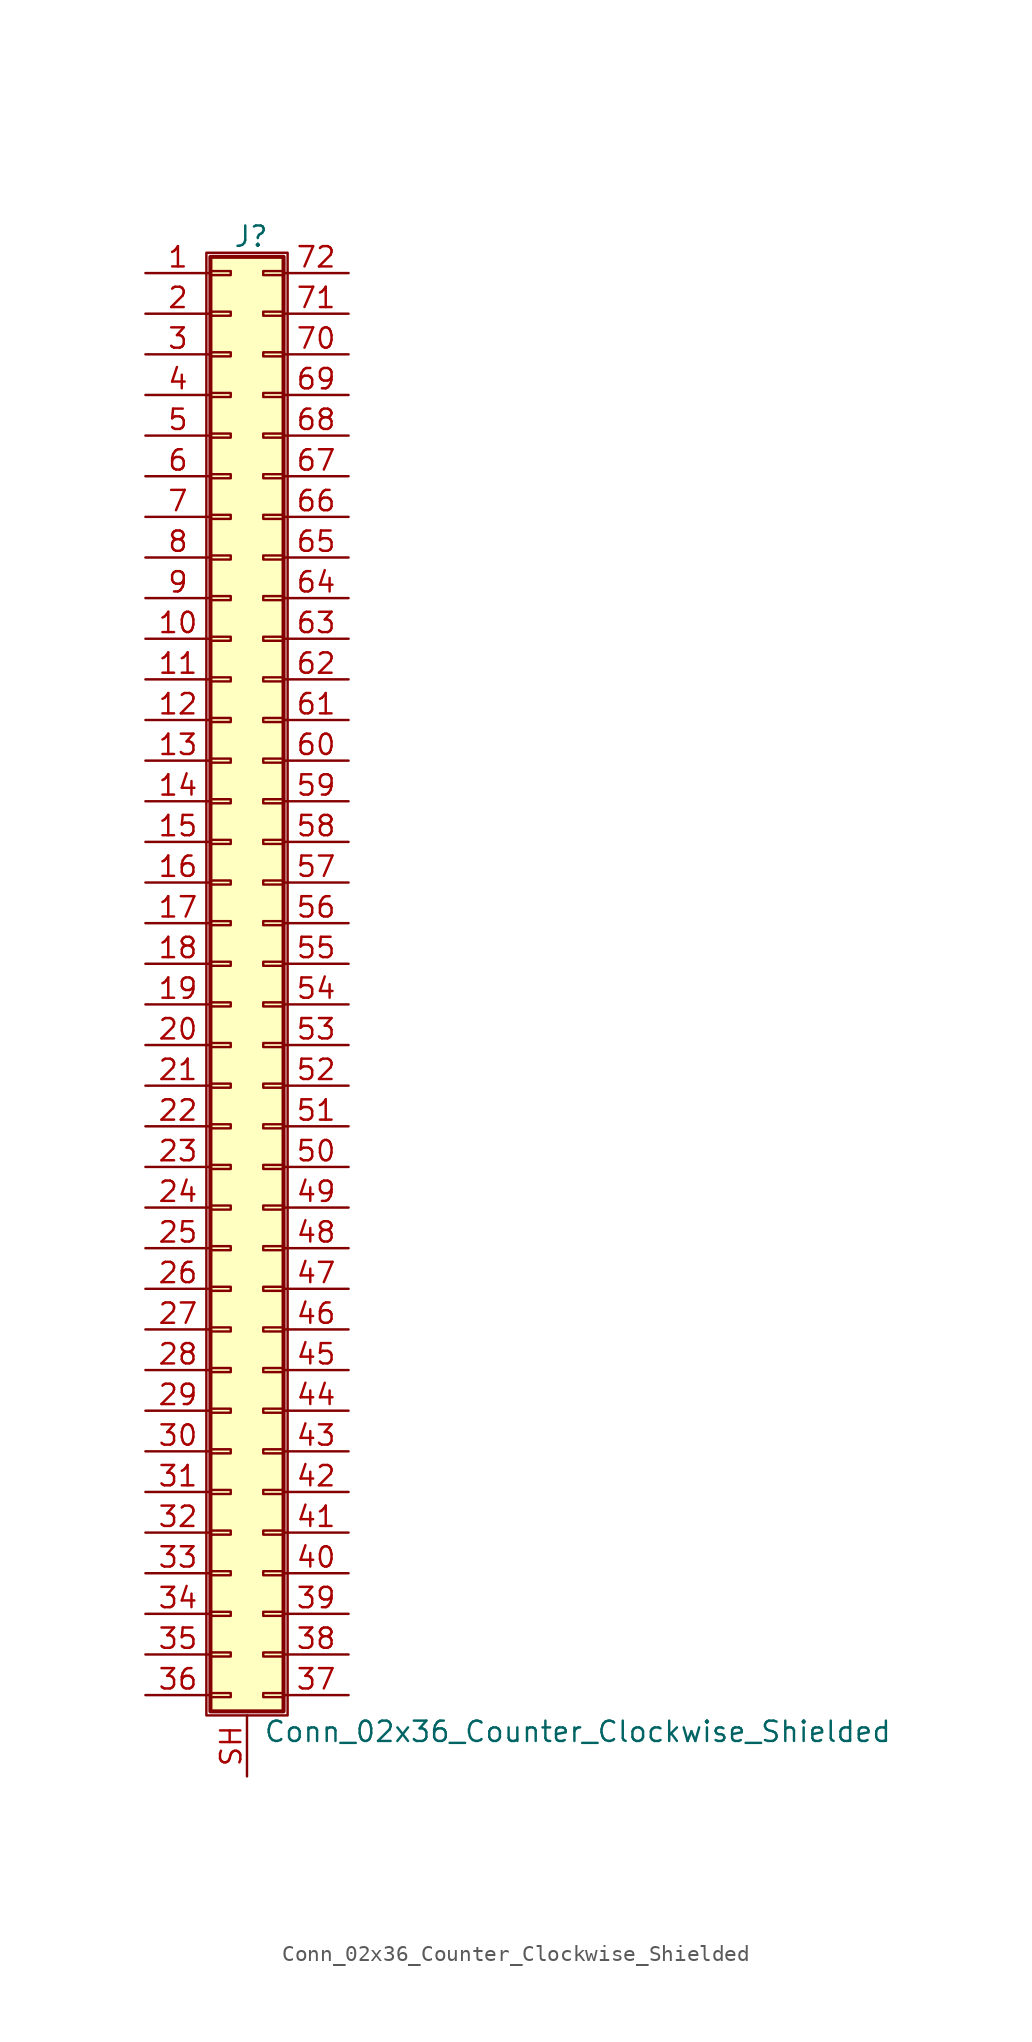
<source format=kicad_sym>
(kicad_symbol_lib
  (version 20201005)
  (generator kicad_symbol_editor)
  (symbol "Conn_02x36_Counter_Clockwise_Shielded"
    (pin_names
      (offset 1.016) hide)
    (property "Reference" "J"
      (at 1.524 45.466 0)
      (effects (font (size 1.27 1.27))))
    (property "Value" "Conn_02x36_Counter_Clockwise_Shielded"
      (at 2.286 -48.006 0)
      (effects (font (size 1.27 1.27)) (justify left)))
    (symbol "Conn_02x36_Counter_Clockwise_Shielded_1_1"
      (rectangle (start -1.27 44.45) (end 3.81 -46.99) (stroke (width 0.152)) (fill (type none)))
      (rectangle (start -1.016 -45.593) (end 0.254 -45.847) (stroke (width 0.152)) (fill (type none)))
      (rectangle (start -1.016 -43.053) (end 0.254 -43.307) (stroke (width 0.152)) (fill (type none)))
      (rectangle (start -1.016 -40.513) (end 0.254 -40.767) (stroke (width 0.152)) (fill (type none)))
      (rectangle (start -1.016 -37.973) (end 0.254 -38.227) (stroke (width 0.152)) (fill (type none)))
      (rectangle (start -1.016 -35.433) (end 0.254 -35.687) (stroke (width 0.152)) (fill (type none)))
      (rectangle (start -1.016 -32.893) (end 0.254 -33.147) (stroke (width 0.152)) (fill (type none)))
      (rectangle (start -1.016 -30.353) (end 0.254 -30.607) (stroke (width 0.152)) (fill (type none)))
      (rectangle (start -1.016 -27.813) (end 0.254 -28.067) (stroke (width 0.152)) (fill (type none)))
      (rectangle (start -1.016 -25.273) (end 0.254 -25.527) (stroke (width 0.152)) (fill (type none)))
      (rectangle (start -1.016 -22.733) (end 0.254 -22.987) (stroke (width 0.152)) (fill (type none)))
      (rectangle (start -1.016 -20.193) (end 0.254 -20.447) (stroke (width 0.152)) (fill (type none)))
      (rectangle (start -1.016 -17.653) (end 0.254 -17.907) (stroke (width 0.152)) (fill (type none)))
      (rectangle (start -1.016 -15.113) (end 0.254 -15.367) (stroke (width 0.152)) (fill (type none)))
      (rectangle (start -1.016 -12.573) (end 0.254 -12.827) (stroke (width 0.152)) (fill (type none)))
      (rectangle (start -1.016 -10.033) (end 0.254 -10.287) (stroke (width 0.152)) (fill (type none)))
      (rectangle (start -1.016 -7.493) (end 0.254 -7.747) (stroke (width 0.152)) (fill (type none)))
      (rectangle (start -1.016 -4.953) (end 0.254 -5.207) (stroke (width 0.152)) (fill (type none)))
      (rectangle (start -1.016 -2.413) (end 0.254 -2.667) (stroke (width 0.152)) (fill (type none)))
      (rectangle (start -1.016 0.127) (end 0.254 -0.127) (stroke (width 0.152)) (fill (type none)))
      (rectangle (start -1.016 2.667) (end 0.254 2.413) (stroke (width 0.152)) (fill (type none)))
      (rectangle (start -1.016 5.207) (end 0.254 4.953) (stroke (width 0.152)) (fill (type none)))
      (rectangle (start -1.016 7.747) (end 0.254 7.493) (stroke (width 0.152)) (fill (type none)))
      (rectangle (start -1.016 10.287) (end 0.254 10.033) (stroke (width 0.152)) (fill (type none)))
      (rectangle (start -1.016 12.827) (end 0.254 12.573) (stroke (width 0.152)) (fill (type none)))
      (rectangle (start -1.016 15.367) (end 0.254 15.113) (stroke (width 0.152)) (fill (type none)))
      (rectangle (start -1.016 17.907) (end 0.254 17.653) (stroke (width 0.152)) (fill (type none)))
      (rectangle (start -1.016 20.447) (end 0.254 20.193) (stroke (width 0.152)) (fill (type none)))
      (rectangle (start -1.016 22.987) (end 0.254 22.733) (stroke (width 0.152)) (fill (type none)))
      (rectangle (start -1.016 25.527) (end 0.254 25.273) (stroke (width 0.152)) (fill (type none)))
      (rectangle (start -1.016 28.067) (end 0.254 27.813) (stroke (width 0.152)) (fill (type none)))
      (rectangle (start -1.016 30.607) (end 0.254 30.353) (stroke (width 0.152)) (fill (type none)))
      (rectangle (start -1.016 33.147) (end 0.254 32.893) (stroke (width 0.152)) (fill (type none)))
      (rectangle (start -1.016 35.687) (end 0.254 35.433) (stroke (width 0.152)) (fill (type none)))
      (rectangle (start -1.016 38.227) (end 0.254 37.973) (stroke (width 0.152)) (fill (type none)))
      (rectangle (start -1.016 40.767) (end 0.254 40.513) (stroke (width 0.152)) (fill (type none)))
      (rectangle (start -1.016 43.307) (end 0.254 43.053) (stroke (width 0.152)) (fill (type none)))
      (rectangle (start 3.556 -45.593) (end 2.286 -45.847) (stroke (width 0.152)) (fill (type none)))
      (rectangle (start 3.556 -43.053) (end 2.286 -43.307) (stroke (width 0.152)) (fill (type none)))
      (rectangle (start 3.556 -40.513) (end 2.286 -40.767) (stroke (width 0.152)) (fill (type none)))
      (rectangle (start 3.556 -37.973) (end 2.286 -38.227) (stroke (width 0.152)) (fill (type none)))
      (rectangle (start 3.556 -35.433) (end 2.286 -35.687) (stroke (width 0.152)) (fill (type none)))
      (rectangle (start 3.556 -32.893) (end 2.286 -33.147) (stroke (width 0.152)) (fill (type none)))
      (rectangle (start 3.556 -30.353) (end 2.286 -30.607) (stroke (width 0.152)) (fill (type none)))
      (rectangle (start 3.556 -27.813) (end 2.286 -28.067) (stroke (width 0.152)) (fill (type none)))
      (rectangle (start 3.556 -25.273) (end 2.286 -25.527) (stroke (width 0.152)) (fill (type none)))
      (rectangle (start 3.556 -22.733) (end 2.286 -22.987) (stroke (width 0.152)) (fill (type none)))
      (rectangle (start 3.556 -20.193) (end 2.286 -20.447) (stroke (width 0.152)) (fill (type none)))
      (rectangle (start 3.556 -17.653) (end 2.286 -17.907) (stroke (width 0.152)) (fill (type none)))
      (rectangle (start 3.556 -15.113) (end 2.286 -15.367) (stroke (width 0.152)) (fill (type none)))
      (rectangle (start 3.556 -12.573) (end 2.286 -12.827) (stroke (width 0.152)) (fill (type none)))
      (rectangle (start 3.556 -10.033) (end 2.286 -10.287) (stroke (width 0.152)) (fill (type none)))
      (rectangle (start 3.556 -7.493) (end 2.286 -7.747) (stroke (width 0.152)) (fill (type none)))
      (rectangle (start 3.556 -4.953) (end 2.286 -5.207) (stroke (width 0.152)) (fill (type none)))
      (rectangle (start 3.556 -2.413) (end 2.286 -2.667) (stroke (width 0.152)) (fill (type none)))
      (rectangle (start 3.556 0.127) (end 2.286 -0.127) (stroke (width 0.152)) (fill (type none)))
      (rectangle (start 3.556 2.667) (end 2.286 2.413) (stroke (width 0.152)) (fill (type none)))
      (rectangle (start 3.556 5.207) (end 2.286 4.953) (stroke (width 0.152)) (fill (type none)))
      (rectangle (start 3.556 7.747) (end 2.286 7.493) (stroke (width 0.152)) (fill (type none)))
      (rectangle (start 3.556 10.287) (end 2.286 10.033) (stroke (width 0.152)) (fill (type none)))
      (rectangle (start 3.556 12.827) (end 2.286 12.573) (stroke (width 0.152)) (fill (type none)))
      (rectangle (start 3.556 15.367) (end 2.286 15.113) (stroke (width 0.152)) (fill (type none)))
      (rectangle (start 3.556 17.907) (end 2.286 17.653) (stroke (width 0.152)) (fill (type none)))
      (rectangle (start 3.556 20.447) (end 2.286 20.193) (stroke (width 0.152)) (fill (type none)))
      (rectangle (start 3.556 22.987) (end 2.286 22.733) (stroke (width 0.152)) (fill (type none)))
      (rectangle (start 3.556 25.527) (end 2.286 25.273) (stroke (width 0.152)) (fill (type none)))
      (rectangle (start 3.556 28.067) (end 2.286 27.813) (stroke (width 0.152)) (fill (type none)))
      (rectangle (start 3.556 30.607) (end 2.286 30.353) (stroke (width 0.152)) (fill (type none)))
      (rectangle (start 3.556 33.147) (end 2.286 32.893) (stroke (width 0.152)) (fill (type none)))
      (rectangle (start 3.556 35.687) (end 2.286 35.433) (stroke (width 0.152)) (fill (type none)))
      (rectangle (start 3.556 38.227) (end 2.286 37.973) (stroke (width 0.152)) (fill (type none)))
      (rectangle (start 3.556 40.767) (end 2.286 40.513) (stroke (width 0.152)) (fill (type none)))
      (rectangle (start 3.556 43.307) (end 2.286 43.053) (stroke (width 0.152)) (fill (type none)))
      (rectangle (start -1.016 44.196) (end 3.556 -46.736) (stroke (width 0.254)) (fill (type background)))
      (pin passive line (at -5.08 43.18 0) (length 4.064) (name "Pin_1" (effects (font (size 1.27 1.27)))) (number "1" (effects (font (size 1.27 1.27)))))
      (pin passive line (at -5.08 20.32 0) (length 4.064) (name "Pin_10" (effects (font (size 1.27 1.27)))) (number "10" (effects (font (size 1.27 1.27)))))
      (pin passive line (at -5.08 17.78 0) (length 4.064) (name "Pin_11" (effects (font (size 1.27 1.27)))) (number "11" (effects (font (size 1.27 1.27)))))
      (pin passive line (at -5.08 15.24 0) (length 4.064) (name "Pin_12" (effects (font (size 1.27 1.27)))) (number "12" (effects (font (size 1.27 1.27)))))
      (pin passive line (at -5.08 12.7 0) (length 4.064) (name "Pin_13" (effects (font (size 1.27 1.27)))) (number "13" (effects (font (size 1.27 1.27)))))
      (pin passive line (at -5.08 10.16 0) (length 4.064) (name "Pin_14" (effects (font (size 1.27 1.27)))) (number "14" (effects (font (size 1.27 1.27)))))
      (pin passive line (at -5.08 7.62 0) (length 4.064) (name "Pin_15" (effects (font (size 1.27 1.27)))) (number "15" (effects (font (size 1.27 1.27)))))
      (pin passive line (at -5.08 5.08 0) (length 4.064) (name "Pin_16" (effects (font (size 1.27 1.27)))) (number "16" (effects (font (size 1.27 1.27)))))
      (pin passive line (at -5.08 2.54 0) (length 4.064) (name "Pin_17" (effects (font (size 1.27 1.27)))) (number "17" (effects (font (size 1.27 1.27)))))
      (pin passive line (at -5.08 0 0) (length 4.064) (name "Pin_18" (effects (font (size 1.27 1.27)))) (number "18" (effects (font (size 1.27 1.27)))))
      (pin passive line (at -5.08 -2.54 0) (length 4.064) (name "Pin_19" (effects (font (size 1.27 1.27)))) (number "19" (effects (font (size 1.27 1.27)))))
      (pin passive line (at -5.08 40.64 0) (length 4.064) (name "Pin_2" (effects (font (size 1.27 1.27)))) (number "2" (effects (font (size 1.27 1.27)))))
      (pin passive line (at -5.08 -5.08 0) (length 4.064) (name "Pin_20" (effects (font (size 1.27 1.27)))) (number "20" (effects (font (size 1.27 1.27)))))
      (pin passive line (at -5.08 -7.62 0) (length 4.064) (name "Pin_21" (effects (font (size 1.27 1.27)))) (number "21" (effects (font (size 1.27 1.27)))))
      (pin passive line (at -5.08 -10.16 0) (length 4.064) (name "Pin_22" (effects (font (size 1.27 1.27)))) (number "22" (effects (font (size 1.27 1.27)))))
      (pin passive line (at -5.08 -12.7 0) (length 4.064) (name "Pin_23" (effects (font (size 1.27 1.27)))) (number "23" (effects (font (size 1.27 1.27)))))
      (pin passive line (at -5.08 -15.24 0) (length 4.064) (name "Pin_24" (effects (font (size 1.27 1.27)))) (number "24" (effects (font (size 1.27 1.27)))))
      (pin passive line (at -5.08 -17.78 0) (length 4.064) (name "Pin_25" (effects (font (size 1.27 1.27)))) (number "25" (effects (font (size 1.27 1.27)))))
      (pin passive line (at -5.08 -20.32 0) (length 4.064) (name "Pin_26" (effects (font (size 1.27 1.27)))) (number "26" (effects (font (size 1.27 1.27)))))
      (pin passive line (at -5.08 -22.86 0) (length 4.064) (name "Pin_27" (effects (font (size 1.27 1.27)))) (number "27" (effects (font (size 1.27 1.27)))))
      (pin passive line (at -5.08 -25.4 0) (length 4.064) (name "Pin_28" (effects (font (size 1.27 1.27)))) (number "28" (effects (font (size 1.27 1.27)))))
      (pin passive line (at -5.08 -27.94 0) (length 4.064) (name "Pin_29" (effects (font (size 1.27 1.27)))) (number "29" (effects (font (size 1.27 1.27)))))
      (pin passive line (at -5.08 38.1 0) (length 4.064) (name "Pin_3" (effects (font (size 1.27 1.27)))) (number "3" (effects (font (size 1.27 1.27)))))
      (pin passive line (at -5.08 -30.48 0) (length 4.064) (name "Pin_30" (effects (font (size 1.27 1.27)))) (number "30" (effects (font (size 1.27 1.27)))))
      (pin passive line (at -5.08 -33.02 0) (length 4.064) (name "Pin_31" (effects (font (size 1.27 1.27)))) (number "31" (effects (font (size 1.27 1.27)))))
      (pin passive line (at -5.08 -35.56 0) (length 4.064) (name "Pin_32" (effects (font (size 1.27 1.27)))) (number "32" (effects (font (size 1.27 1.27)))))
      (pin passive line (at -5.08 -38.1 0) (length 4.064) (name "Pin_33" (effects (font (size 1.27 1.27)))) (number "33" (effects (font (size 1.27 1.27)))))
      (pin passive line (at -5.08 -40.64 0) (length 4.064) (name "Pin_34" (effects (font (size 1.27 1.27)))) (number "34" (effects (font (size 1.27 1.27)))))
      (pin passive line (at -5.08 -43.18 0) (length 4.064) (name "Pin_35" (effects (font (size 1.27 1.27)))) (number "35" (effects (font (size 1.27 1.27)))))
      (pin passive line (at -5.08 -45.72 0) (length 4.064) (name "Pin_36" (effects (font (size 1.27 1.27)))) (number "36" (effects (font (size 1.27 1.27)))))
      (pin passive line (at 7.62 -45.72 180) (length 4.064) (name "Pin_37" (effects (font (size 1.27 1.27)))) (number "37" (effects (font (size 1.27 1.27)))))
      (pin passive line (at 7.62 -43.18 180) (length 4.064) (name "Pin_38" (effects (font (size 1.27 1.27)))) (number "38" (effects (font (size 1.27 1.27)))))
      (pin passive line (at 7.62 -40.64 180) (length 4.064) (name "Pin_39" (effects (font (size 1.27 1.27)))) (number "39" (effects (font (size 1.27 1.27)))))
      (pin passive line (at -5.08 35.56 0) (length 4.064) (name "Pin_4" (effects (font (size 1.27 1.27)))) (number "4" (effects (font (size 1.27 1.27)))))
      (pin passive line (at 7.62 -38.1 180) (length 4.064) (name "Pin_40" (effects (font (size 1.27 1.27)))) (number "40" (effects (font (size 1.27 1.27)))))
      (pin passive line (at 7.62 -35.56 180) (length 4.064) (name "Pin_41" (effects (font (size 1.27 1.27)))) (number "41" (effects (font (size 1.27 1.27)))))
      (pin passive line (at 7.62 -33.02 180) (length 4.064) (name "Pin_42" (effects (font (size 1.27 1.27)))) (number "42" (effects (font (size 1.27 1.27)))))
      (pin passive line (at 7.62 -30.48 180) (length 4.064) (name "Pin_43" (effects (font (size 1.27 1.27)))) (number "43" (effects (font (size 1.27 1.27)))))
      (pin passive line (at 7.62 -27.94 180) (length 4.064) (name "Pin_44" (effects (font (size 1.27 1.27)))) (number "44" (effects (font (size 1.27 1.27)))))
      (pin passive line (at 7.62 -25.4 180) (length 4.064) (name "Pin_45" (effects (font (size 1.27 1.27)))) (number "45" (effects (font (size 1.27 1.27)))))
      (pin passive line (at 7.62 -22.86 180) (length 4.064) (name "Pin_46" (effects (font (size 1.27 1.27)))) (number "46" (effects (font (size 1.27 1.27)))))
      (pin passive line (at 7.62 -20.32 180) (length 4.064) (name "Pin_47" (effects (font (size 1.27 1.27)))) (number "47" (effects (font (size 1.27 1.27)))))
      (pin passive line (at 7.62 -17.78 180) (length 4.064) (name "Pin_48" (effects (font (size 1.27 1.27)))) (number "48" (effects (font (size 1.27 1.27)))))
      (pin passive line (at 7.62 -15.24 180) (length 4.064) (name "Pin_49" (effects (font (size 1.27 1.27)))) (number "49" (effects (font (size 1.27 1.27)))))
      (pin passive line (at -5.08 33.02 0) (length 4.064) (name "Pin_5" (effects (font (size 1.27 1.27)))) (number "5" (effects (font (size 1.27 1.27)))))
      (pin passive line (at 7.62 -12.7 180) (length 4.064) (name "Pin_50" (effects (font (size 1.27 1.27)))) (number "50" (effects (font (size 1.27 1.27)))))
      (pin passive line (at 7.62 -10.16 180) (length 4.064) (name "Pin_51" (effects (font (size 1.27 1.27)))) (number "51" (effects (font (size 1.27 1.27)))))
      (pin passive line (at 7.62 -7.62 180) (length 4.064) (name "Pin_52" (effects (font (size 1.27 1.27)))) (number "52" (effects (font (size 1.27 1.27)))))
      (pin passive line (at 7.62 -5.08 180) (length 4.064) (name "Pin_53" (effects (font (size 1.27 1.27)))) (number "53" (effects (font (size 1.27 1.27)))))
      (pin passive line (at 7.62 -2.54 180) (length 4.064) (name "Pin_54" (effects (font (size 1.27 1.27)))) (number "54" (effects (font (size 1.27 1.27)))))
      (pin passive line (at 7.62 0 180) (length 4.064) (name "Pin_55" (effects (font (size 1.27 1.27)))) (number "55" (effects (font (size 1.27 1.27)))))
      (pin passive line (at 7.62 2.54 180) (length 4.064) (name "Pin_56" (effects (font (size 1.27 1.27)))) (number "56" (effects (font (size 1.27 1.27)))))
      (pin passive line (at 7.62 5.08 180) (length 4.064) (name "Pin_57" (effects (font (size 1.27 1.27)))) (number "57" (effects (font (size 1.27 1.27)))))
      (pin passive line (at 7.62 7.62 180) (length 4.064) (name "Pin_58" (effects (font (size 1.27 1.27)))) (number "58" (effects (font (size 1.27 1.27)))))
      (pin passive line (at 7.62 10.16 180) (length 4.064) (name "Pin_59" (effects (font (size 1.27 1.27)))) (number "59" (effects (font (size 1.27 1.27)))))
      (pin passive line (at -5.08 30.48 0) (length 4.064) (name "Pin_6" (effects (font (size 1.27 1.27)))) (number "6" (effects (font (size 1.27 1.27)))))
      (pin passive line (at 7.62 12.7 180) (length 4.064) (name "Pin_60" (effects (font (size 1.27 1.27)))) (number "60" (effects (font (size 1.27 1.27)))))
      (pin passive line (at 7.62 15.24 180) (length 4.064) (name "Pin_61" (effects (font (size 1.27 1.27)))) (number "61" (effects (font (size 1.27 1.27)))))
      (pin passive line (at 7.62 17.78 180) (length 4.064) (name "Pin_62" (effects (font (size 1.27 1.27)))) (number "62" (effects (font (size 1.27 1.27)))))
      (pin passive line (at 7.62 20.32 180) (length 4.064) (name "Pin_63" (effects (font (size 1.27 1.27)))) (number "63" (effects (font (size 1.27 1.27)))))
      (pin passive line (at 7.62 22.86 180) (length 4.064) (name "Pin_64" (effects (font (size 1.27 1.27)))) (number "64" (effects (font (size 1.27 1.27)))))
      (pin passive line (at 7.62 25.4 180) (length 4.064) (name "Pin_65" (effects (font (size 1.27 1.27)))) (number "65" (effects (font (size 1.27 1.27)))))
      (pin passive line (at 7.62 27.94 180) (length 4.064) (name "Pin_66" (effects (font (size 1.27 1.27)))) (number "66" (effects (font (size 1.27 1.27)))))
      (pin passive line (at 7.62 30.48 180) (length 4.064) (name "Pin_67" (effects (font (size 1.27 1.27)))) (number "67" (effects (font (size 1.27 1.27)))))
      (pin passive line (at 7.62 33.02 180) (length 4.064) (name "Pin_68" (effects (font (size 1.27 1.27)))) (number "68" (effects (font (size 1.27 1.27)))))
      (pin passive line (at 7.62 35.56 180) (length 4.064) (name "Pin_69" (effects (font (size 1.27 1.27)))) (number "69" (effects (font (size 1.27 1.27)))))
      (pin passive line (at -5.08 27.94 0) (length 4.064) (name "Pin_7" (effects (font (size 1.27 1.27)))) (number "7" (effects (font (size 1.27 1.27)))))
      (pin passive line (at 7.62 38.1 180) (length 4.064) (name "Pin_70" (effects (font (size 1.27 1.27)))) (number "70" (effects (font (size 1.27 1.27)))))
      (pin passive line (at 7.62 40.64 180) (length 4.064) (name "Pin_71" (effects (font (size 1.27 1.27)))) (number "71" (effects (font (size 1.27 1.27)))))
      (pin passive line (at 7.62 43.18 180) (length 4.064) (name "Pin_72" (effects (font (size 1.27 1.27)))) (number "72" (effects (font (size 1.27 1.27)))))
      (pin passive line (at -5.08 25.4 0) (length 4.064) (name "Pin_8" (effects (font (size 1.27 1.27)))) (number "8" (effects (font (size 1.27 1.27)))))
      (pin passive line (at -5.08 22.86 0) (length 4.064) (name "Pin_9" (effects (font (size 1.27 1.27)))) (number "9" (effects (font (size 1.27 1.27)))))
      (pin passive line (at 1.27 -50.8 90) (length 3.81) (name "Shield" (effects (font (size 1.27 1.27)))) (number "SH" (effects (font (size 1.27 1.27))))))))
</source>
